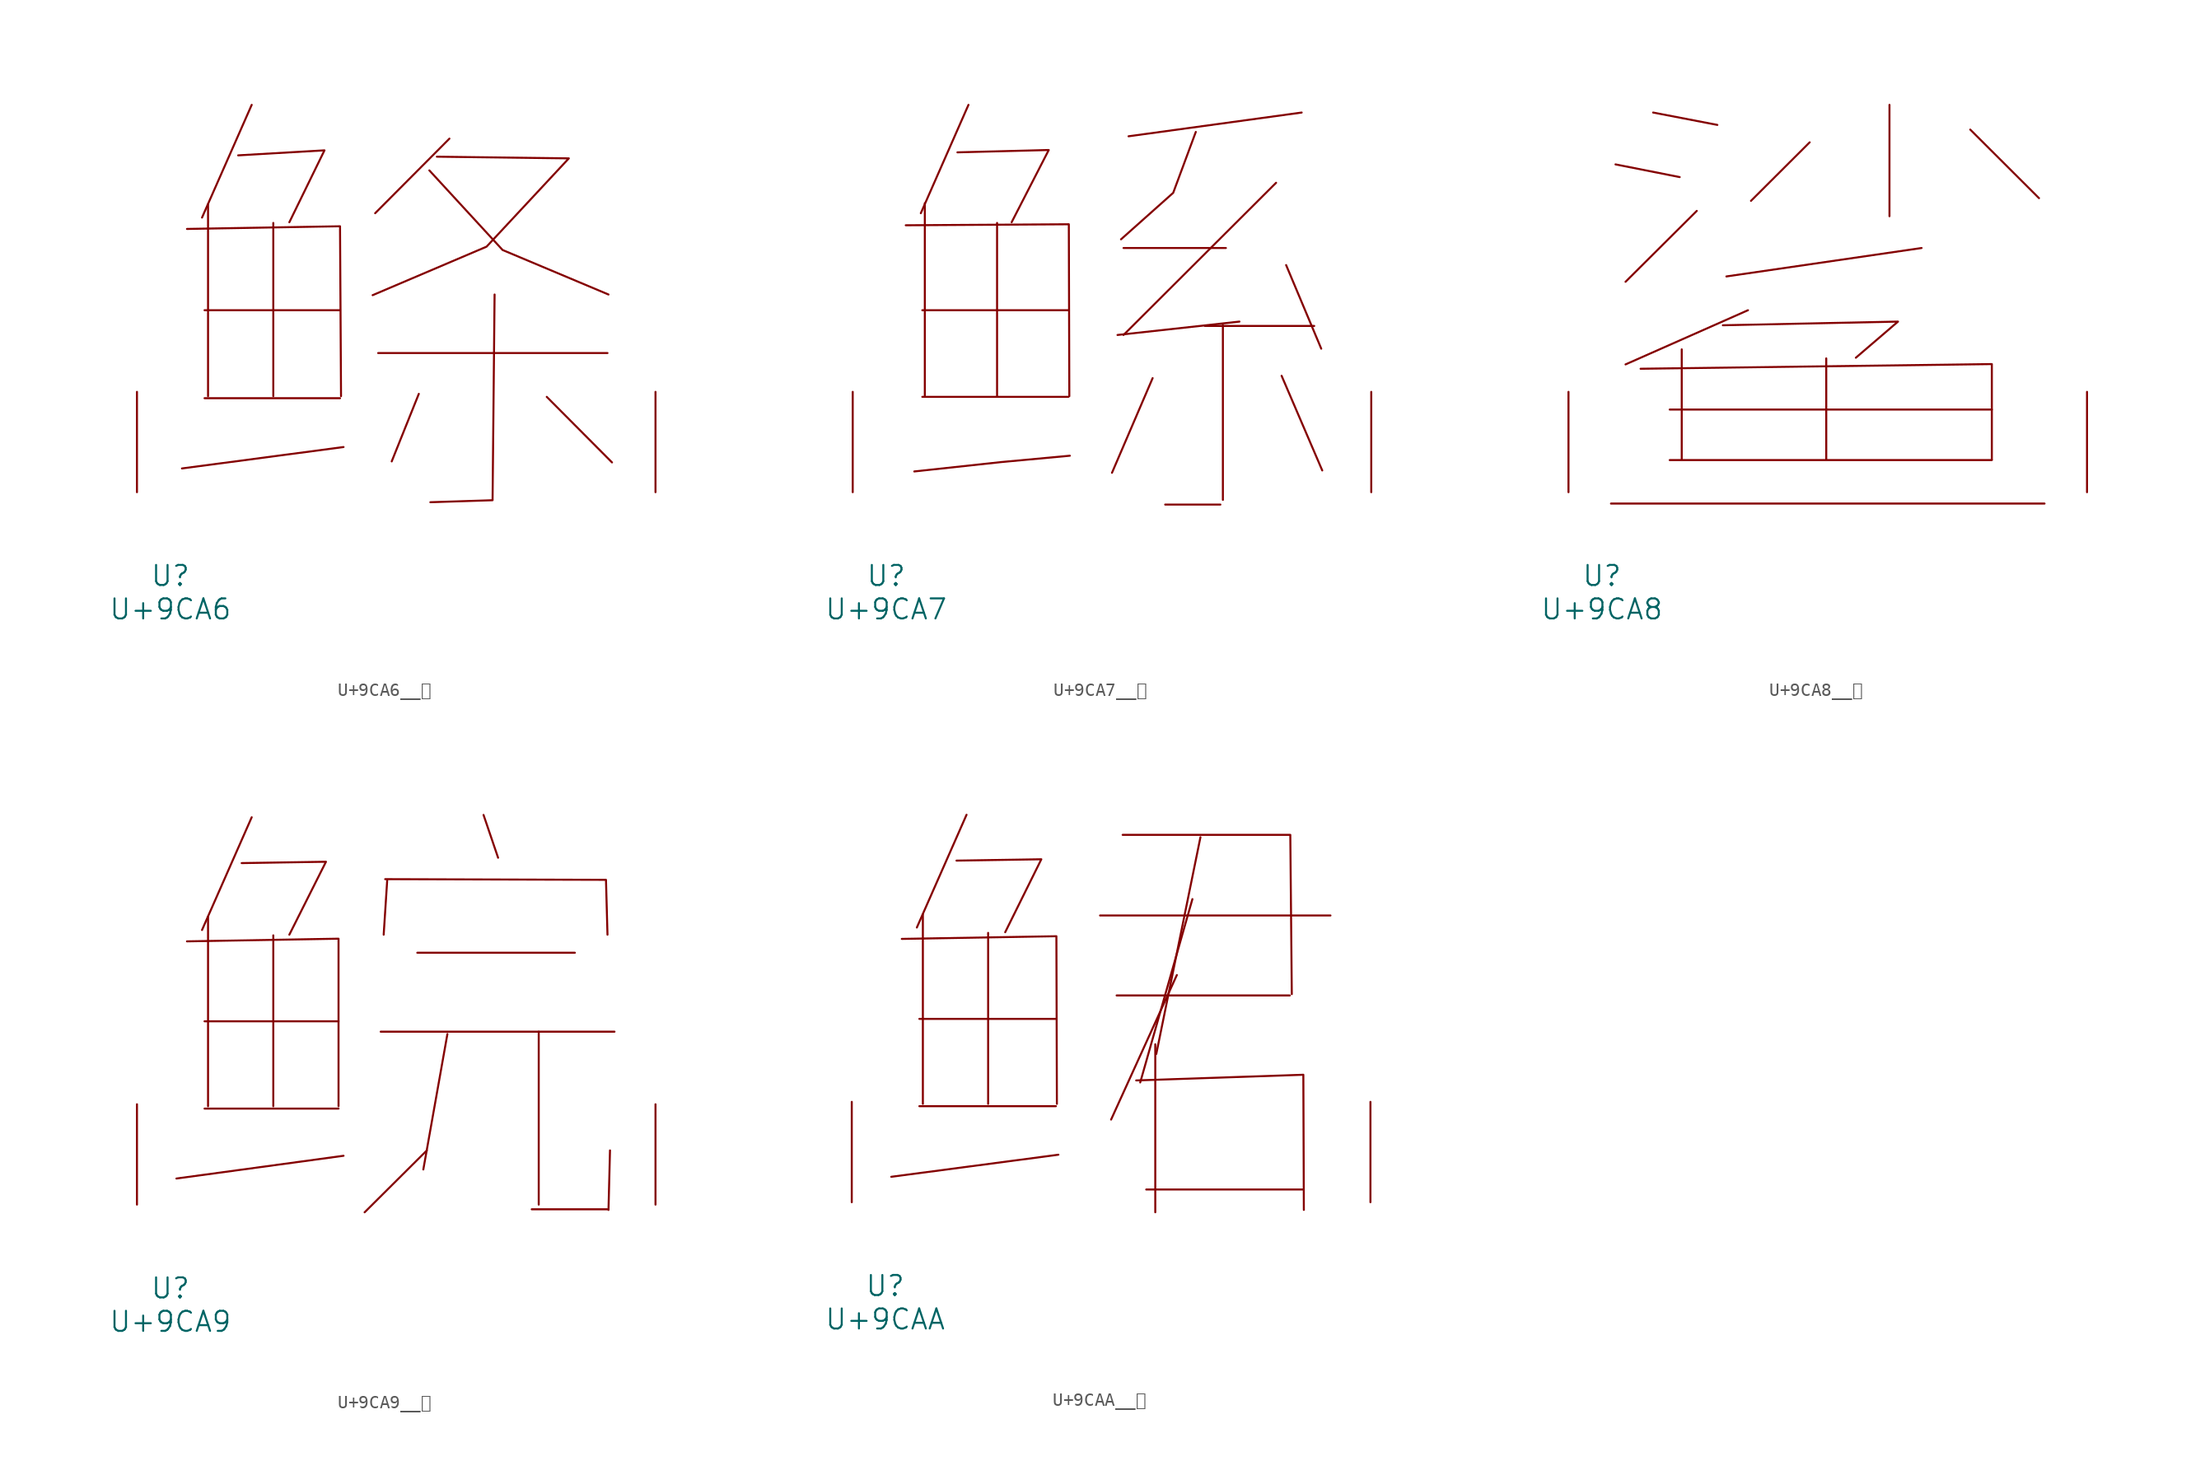
<source format=kicad_sym>
(kicad_symbol_lib
  (version 20231120)
  (generator "kicad_symbol_editor")
  (generator_version "8.0")
  (symbol "U+9CA6__鲦"
    (pin_names
      (offset 1.016))
    (property "Reference" "U"
      (at 0 -6.35 0)
      (effects (font (size 1.524 1.524))))
    (property "Value" "U+9CA6"
      (at 0 -8.89 0)
      (effects (font (size 1.524 1.524))))
    (symbol "U+9CA6__鲦_0_1"
      (polyline (pts (xy 2.591 7.137) (xy 12.878 7.137)) (stroke (width 0) (type solid)) (fill (type none)))
      (polyline (pts (xy 2.591 13.818) (xy 12.878 13.818)) (stroke (width 0) (type solid)) (fill (type none)))
      (polyline (pts (xy 2.857 21.869) (xy 2.857 7.29)) (stroke (width 0) (type solid)) (fill (type none)))
      (polyline (pts (xy 6.172 29.413) (xy 2.4 20.853)) (stroke (width 0) (type solid)) (fill (type none)))
      (polyline (pts (xy 7.811 20.447) (xy 7.811 7.29)) (stroke (width 0) (type solid)) (fill (type none)))
      (polyline (pts (xy 13.145 3.429) (xy 0.876 1.803)) (stroke (width 0) (type solid)) (fill (type none)))
      (polyline (pts (xy 15.773 10.566) (xy 33.185 10.566)) (stroke (width 0) (type solid)) (fill (type none)))
      (polyline (pts (xy 18.86 7.468) (xy 16.802 2.337)) (stroke (width 0) (type solid)) (fill (type none)))
      (polyline (pts (xy 21.184 26.848) (xy 15.545 21.184)) (stroke (width 0) (type solid)) (fill (type none)))
      (polyline (pts (xy 28.575 7.239) (xy 33.528 2.261)) (stroke (width 0) (type solid)) (fill (type none)))
      (polyline (pts (xy 1.257 19.99) (xy 12.878 20.193) (xy 12.954 7.29)) (stroke (width 0) (type solid)) (fill (type none)))
      (polyline (pts (xy 5.144 25.578) (xy 11.697 25.959) (xy 9.03 20.498)) (stroke (width 0) (type solid)) (fill (type none)))
      (polyline (pts (xy 19.66 24.435) (xy 25.222 18.39) (xy 33.261 15.011)) (stroke (width 0) (type solid)) (fill (type none)))
      (polyline (pts (xy 24.613 15.011) (xy 24.46 -0.61) (xy 19.736 -0.762)) (stroke (width 0) (type solid)) (fill (type none)))
      (polyline (pts (xy 20.231 25.476) (xy 30.251 25.349) (xy 24.003 18.644) (xy 15.354 14.961)) (stroke (width 0) (type solid)) (fill (type none)))
      (pin input line (at -2.54 0 90) (length 7.62) (name "~" (effects (font (size 1.27 1.27)))) (number "~" (effects (font (size 1.27 1.27)))))
      (pin input line (at 36.83 0 90) (length 7.62) (name "~" (effects (font (size 1.27 1.27)))) (number "~" (effects (font (size 1.27 1.27)))))))
  (symbol "U+9CA7__鲧"
    (pin_names
      (offset 1.016))
    (property "Reference" "U"
      (at 0 -6.35 0)
      (effects (font (size 1.524 1.524))))
    (property "Value" "U+9CA7"
      (at 0 -8.89 0)
      (effects (font (size 1.524 1.524))))
    (symbol "U+9CA7__鲧_0_1"
      (polyline (pts (xy 2.743 7.239) (xy 13.83 7.239)) (stroke (width 0) (type solid)) (fill (type none)))
      (polyline (pts (xy 2.743 13.818) (xy 13.83 13.818)) (stroke (width 0) (type solid)) (fill (type none)))
      (polyline (pts (xy 2.934 21.946) (xy 2.934 7.29)) (stroke (width 0) (type solid)) (fill (type none)))
      (polyline (pts (xy 6.248 29.413) (xy 2.629 21.184)) (stroke (width 0) (type solid)) (fill (type none)))
      (polyline (pts (xy 8.42 20.447) (xy 8.42 7.29)) (stroke (width 0) (type solid)) (fill (type none)))
      (polyline (pts (xy 18.021 18.542) (xy 25.794 18.542)) (stroke (width 0) (type solid)) (fill (type none)))
      (polyline (pts (xy 20.231 8.661) (xy 17.145 1.473)) (stroke (width 0) (type solid)) (fill (type none)))
      (polyline (pts (xy 21.184 -0.94) (xy 25.375 -0.94)) (stroke (width 0) (type solid)) (fill (type none)))
      (polyline (pts (xy 24.194 12.624) (xy 32.499 12.624)) (stroke (width 0) (type solid)) (fill (type none)))
      (polyline (pts (xy 25.565 12.675) (xy 25.565 -0.584)) (stroke (width 0) (type solid)) (fill (type none)))
      (polyline (pts (xy 26.822 12.954) (xy 17.564 11.938)) (stroke (width 0) (type solid)) (fill (type none)))
      (polyline (pts (xy 29.604 23.495) (xy 18.021 11.938)) (stroke (width 0) (type solid)) (fill (type none)))
      (polyline (pts (xy 30.023 8.839) (xy 33.109 1.651)) (stroke (width 0) (type solid)) (fill (type none)))
      (polyline (pts (xy 30.366 17.247) (xy 33.033 10.897)) (stroke (width 0) (type solid)) (fill (type none)))
      (polyline (pts (xy 31.547 28.829) (xy 18.402 27.026)) (stroke (width 0) (type solid)) (fill (type none)))
      (polyline (pts (xy 1.486 20.269) (xy 13.868 20.345) (xy 13.906 7.29)) (stroke (width 0) (type solid)) (fill (type none)))
      (polyline (pts (xy 5.41 25.806) (xy 12.344 25.984) (xy 9.525 20.498)) (stroke (width 0) (type solid)) (fill (type none)))
      (polyline (pts (xy 13.945 2.769) (xy 8.725 2.286) (xy 2.134 1.575)) (stroke (width 0) (type solid)) (fill (type none)))
      (polyline (pts (xy 23.508 27.356) (xy 21.793 22.733) (xy 17.831 19.202)) (stroke (width 0) (type solid)) (fill (type none)))
      (pin input line (at -2.54 0 90) (length 7.62) (name "~" (effects (font (size 1.27 1.27)))) (number "~" (effects (font (size 1.27 1.27)))))
      (pin input line (at 36.83 0 90) (length 7.62) (name "~" (effects (font (size 1.27 1.27)))) (number "~" (effects (font (size 1.27 1.27)))))))
  (symbol "U+9CA8__鲨"
    (pin_names
      (offset 1.016))
    (property "Reference" "U"
      (at 0 -6.35 0)
      (effects (font (size 1.524 1.524))))
    (property "Value" "U+9CA8"
      (at 0 -8.89 0)
      (effects (font (size 1.524 1.524))))
    (symbol "U+9CA8__鲨_0_1"
      (polyline (pts (xy 0.686 -0.864) (xy 33.604 -0.864)) (stroke (width 0) (type solid)) (fill (type none)))
      (polyline (pts (xy 1.029 24.892) (xy 5.905 23.927)) (stroke (width 0) (type solid)) (fill (type none)))
      (polyline (pts (xy 3.886 28.829) (xy 8.763 27.889)) (stroke (width 0) (type solid)) (fill (type none)))
      (polyline (pts (xy 5.144 2.438) (xy 29.604 2.438)) (stroke (width 0) (type solid)) (fill (type none)))
      (polyline (pts (xy 5.144 6.274) (xy 29.604 6.274)) (stroke (width 0) (type solid)) (fill (type none)))
      (polyline (pts (xy 6.058 10.846) (xy 6.058 2.489)) (stroke (width 0) (type solid)) (fill (type none)))
      (polyline (pts (xy 7.201 21.361) (xy 1.791 15.977)) (stroke (width 0) (type solid)) (fill (type none)))
      (polyline (pts (xy 11.087 13.818) (xy 1.791 9.703)) (stroke (width 0) (type solid)) (fill (type none)))
      (polyline (pts (xy 15.773 26.568) (xy 11.316 22.123)) (stroke (width 0) (type solid)) (fill (type none)))
      (polyline (pts (xy 17.031 10.16) (xy 17.031 2.489)) (stroke (width 0) (type solid)) (fill (type none)))
      (polyline (pts (xy 21.831 29.413) (xy 21.831 20.955)) (stroke (width 0) (type solid)) (fill (type none)))
      (polyline (pts (xy 24.27 18.542) (xy 9.449 16.383)) (stroke (width 0) (type solid)) (fill (type none)))
      (polyline (pts (xy 27.965 27.534) (xy 33.185 22.327)) (stroke (width 0) (type solid)) (fill (type none)))
      (polyline (pts (xy 2.934 9.373) (xy 29.604 9.728) (xy 29.604 2.489)) (stroke (width 0) (type solid)) (fill (type none)))
      (polyline (pts (xy 9.182 12.675) (xy 22.479 12.954) (xy 19.279 10.211)) (stroke (width 0) (type solid)) (fill (type none)))
      (pin input line (at -2.54 0 90) (length 7.62) (name "~" (effects (font (size 1.27 1.27)))) (number "~" (effects (font (size 1.27 1.27)))))
      (pin input line (at 36.83 0 90) (length 7.62) (name "~" (effects (font (size 1.27 1.27)))) (number "~" (effects (font (size 1.27 1.27)))))))
  (symbol "U+9CA9__鲩"
    (pin_names
      (offset 1.016))
    (property "Reference" "U"
      (at 0 -6.35 0)
      (effects (font (size 1.524 1.524))))
    (property "Value" "U+9CA9"
      (at 0 -8.89 0)
      (effects (font (size 1.524 1.524))))
    (symbol "U+9CA9__鲩_0_1"
      (polyline (pts (xy 2.591 7.29) (xy 12.764 7.29)) (stroke (width 0) (type solid)) (fill (type none)))
      (polyline (pts (xy 2.591 13.919) (xy 12.764 13.919)) (stroke (width 0) (type solid)) (fill (type none)))
      (polyline (pts (xy 2.857 21.869) (xy 2.857 7.468)) (stroke (width 0) (type solid)) (fill (type none)))
      (polyline (pts (xy 6.172 29.413) (xy 2.4 20.853)) (stroke (width 0) (type solid)) (fill (type none)))
      (polyline (pts (xy 7.811 20.447) (xy 7.811 7.468)) (stroke (width 0) (type solid)) (fill (type none)))
      (polyline (pts (xy 13.145 3.708) (xy 0.457 1.981)) (stroke (width 0) (type solid)) (fill (type none)))
      (polyline (pts (xy 15.964 13.132) (xy 33.718 13.132)) (stroke (width 0) (type solid)) (fill (type none)))
      (polyline (pts (xy 16.459 24.613) (xy 16.192 20.498)) (stroke (width 0) (type solid)) (fill (type none)))
      (polyline (pts (xy 18.745 19.126) (xy 30.709 19.126)) (stroke (width 0) (type solid)) (fill (type none)))
      (polyline (pts (xy 19.469 4.115) (xy 14.745 -0.584)) (stroke (width 0) (type solid)) (fill (type none)))
      (polyline (pts (xy 21.031 12.954) (xy 19.202 2.667)) (stroke (width 0) (type solid)) (fill (type none)))
      (polyline (pts (xy 23.774 29.591) (xy 24.879 26.34)) (stroke (width 0) (type solid)) (fill (type none)))
      (polyline (pts (xy 27.432 -0.356) (xy 33.185 -0.356)) (stroke (width 0) (type solid)) (fill (type none)))
      (polyline (pts (xy 27.965 13.132) (xy 27.965 0)) (stroke (width 0) (type solid)) (fill (type none)))
      (polyline (pts (xy 33.376 4.115) (xy 33.261 -0.406)) (stroke (width 0) (type solid)) (fill (type none)))
      (polyline (pts (xy 1.257 19.99) (xy 12.764 20.193) (xy 12.764 7.468)) (stroke (width 0) (type solid)) (fill (type none)))
      (polyline (pts (xy 5.41 25.933) (xy 11.811 26.035) (xy 9.03 20.498)) (stroke (width 0) (type solid)) (fill (type none)))
      (polyline (pts (xy 16.307 24.714) (xy 33.071 24.663) (xy 33.185 20.498)) (stroke (width 0) (type solid)) (fill (type none)))
      (pin input line (at -2.54 0 90) (length 7.62) (name "~" (effects (font (size 1.27 1.27)))) (number "~" (effects (font (size 1.27 1.27)))))
      (pin input line (at 36.83 0 90) (length 7.62) (name "~" (effects (font (size 1.27 1.27)))) (number "~" (effects (font (size 1.27 1.27)))))))
  (symbol "U+9CAA__鲪"
    (pin_names
      (offset 1.016))
    (property "Reference" "U"
      (at 0 -6.35 0)
      (effects (font (size 1.524 1.524))))
    (property "Value" "U+9CAA"
      (at 0 -8.89 0)
      (effects (font (size 1.524 1.524))))
    (symbol "U+9CAA__鲪_0_1"
      (polyline (pts (xy 2.591 7.29) (xy 12.954 7.29)) (stroke (width 0) (type solid)) (fill (type none)))
      (polyline (pts (xy 2.591 13.919) (xy 12.954 13.919)) (stroke (width 0) (type solid)) (fill (type none)))
      (polyline (pts (xy 2.857 21.869) (xy 2.857 7.468)) (stroke (width 0) (type solid)) (fill (type none)))
      (polyline (pts (xy 6.172 29.413) (xy 2.4 20.853)) (stroke (width 0) (type solid)) (fill (type none)))
      (polyline (pts (xy 7.811 20.447) (xy 7.811 7.468)) (stroke (width 0) (type solid)) (fill (type none)))
      (polyline (pts (xy 13.145 3.607) (xy 0.457 1.93)) (stroke (width 0) (type solid)) (fill (type none)))
      (polyline (pts (xy 16.307 21.768) (xy 33.795 21.768)) (stroke (width 0) (type solid)) (fill (type none)))
      (polyline (pts (xy 17.564 15.697) (xy 30.709 15.697)) (stroke (width 0) (type solid)) (fill (type none)))
      (polyline (pts (xy 19.812 0.965) (xy 31.737 0.965)) (stroke (width 0) (type solid)) (fill (type none)))
      (polyline (pts (xy 20.498 11.989) (xy 20.498 -0.762)) (stroke (width 0) (type solid)) (fill (type none)))
      (polyline (pts (xy 22.136 17.247) (xy 17.145 6.274)) (stroke (width 0) (type solid)) (fill (type none)))
      (polyline (pts (xy 23.317 23.012) (xy 19.355 9.093)) (stroke (width 0) (type solid)) (fill (type none)))
      (polyline (pts (xy 23.927 27.711) (xy 20.574 11.252)) (stroke (width 0) (type solid)) (fill (type none)))
      (polyline (pts (xy 1.257 19.99) (xy 12.992 20.193) (xy 13.03 7.468)) (stroke (width 0) (type solid)) (fill (type none)))
      (polyline (pts (xy 5.41 25.933) (xy 11.849 26.035) (xy 9.106 20.498)) (stroke (width 0) (type solid)) (fill (type none)))
      (polyline (pts (xy 18.021 27.889) (xy 30.747 27.889) (xy 30.861 15.799)) (stroke (width 0) (type solid)) (fill (type none)))
      (polyline (pts (xy 19.05 9.246) (xy 31.737 9.677) (xy 31.775 -0.584)) (stroke (width 0) (type solid)) (fill (type none)))
      (pin input line (at -2.54 0 90) (length 7.62) (name "~" (effects (font (size 1.27 1.27)))) (number "~" (effects (font (size 1.27 1.27)))))
      (pin input line (at 36.83 0 90) (length 7.62) (name "~" (effects (font (size 1.27 1.27)))) (number "~" (effects (font (size 1.27 1.27))))))))
</source>
